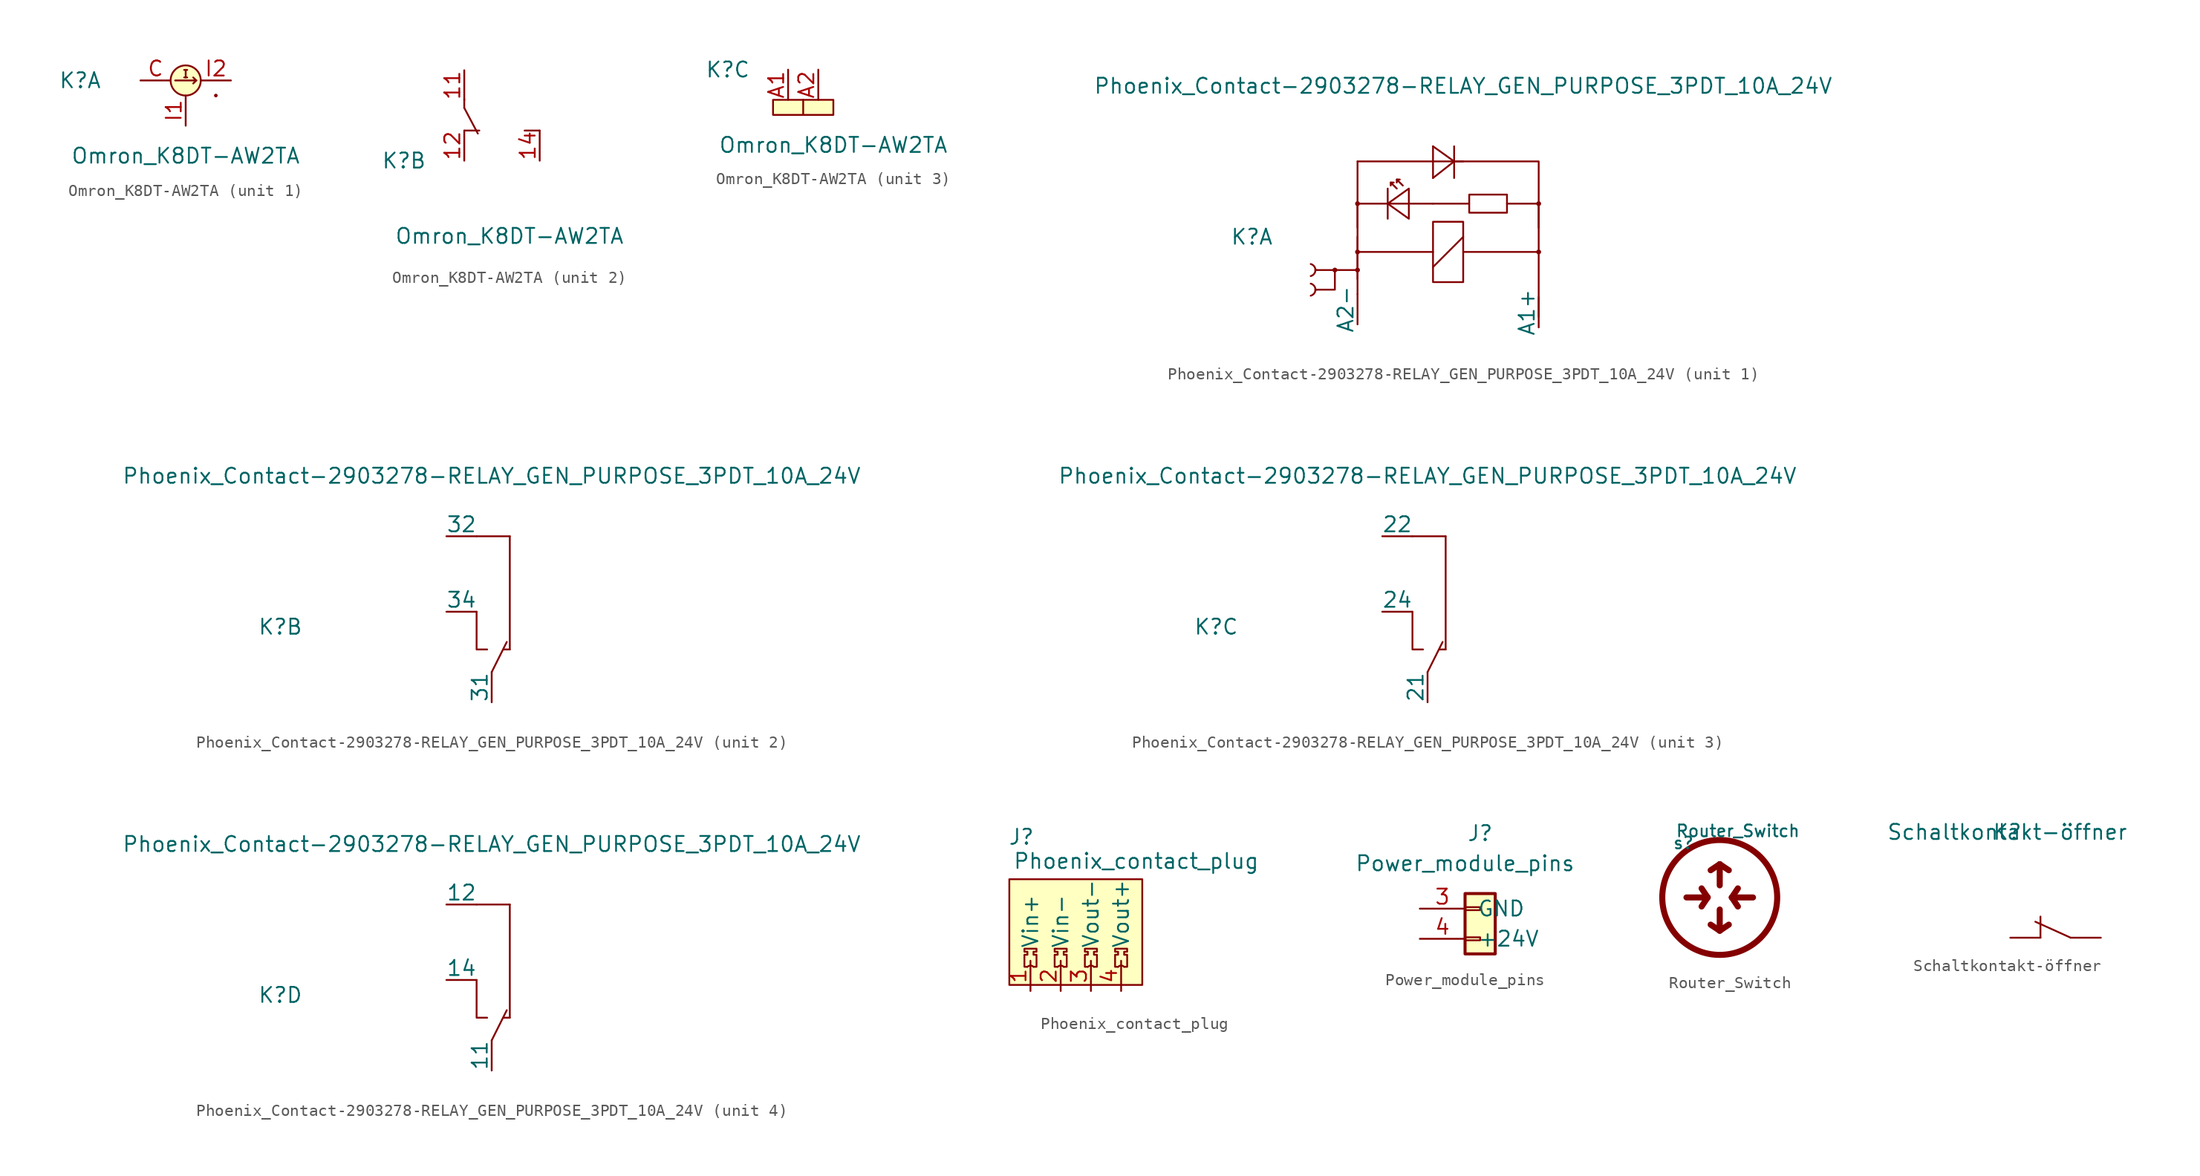
<source format=kicad_sym>
(kicad_symbol_lib
  (version 20231120)
  (generator "kicad_symbol_editor")
  (generator_version "8.0")
  (symbol "Omron_K8DT-AW2TA"
    (pin_names
      (offset 1.016) hide)
    (property "Reference" "K"
      (at -5.08 0 0)
      (effects (font (size 1.27 1.27))))
    (property "Value" "Omron_K8DT-AW2TA"
      (at 3.81 -6.35 0)
      (effects (font (size 1.27 1.27))))
    (property "ki_locked" ""
      (at 0 0 0)
      (effects (font (size 1.27 1.27))))
    (symbol "Omron_K8DT-AW2TA_1_1"
      (polyline (pts (xy 2.921 0) (xy 4.699 0)) (stroke (width 0) (type solid)) (fill (type none)))
      (polyline (pts (xy 3.683 0.254) (xy 3.937 0.254)) (stroke (width 0) (type solid)) (fill (type none)))
      (polyline (pts (xy 3.683 0.889) (xy 3.937 0.889)) (stroke (width 0) (type solid)) (fill (type none)))
      (polyline (pts (xy 3.81 0.889) (xy 3.81 0.254)) (stroke (width 0) (type solid)) (fill (type none)))
      (polyline (pts (xy 4.699 0) (xy 4.445 -0.254)) (stroke (width 0) (type solid)) (fill (type none)))
      (polyline (pts (xy 4.699 0) (xy 4.445 0.254)) (stroke (width 0) (type solid)) (fill (type none)))
      (circle (center 3.81 0) (radius 1.27) (stroke (width 0) (type solid)) (fill (type background)))
      (circle (center 6.35 -1.27) (radius 0.0001) (stroke (width 0) (type solid)) (fill (type none)))
      (pin input line (at 0 0 0) (length 2.54) (name "C" (effects (font (size 1.27 1.27)))) (number "C" (effects (font (size 1.27 1.27)))))
      (pin input line (at 3.81 -3.81 90) (length 2.54) (name "I1" (effects (font (size 1.27 1.27)))) (number "I1" (effects (font (size 1.27 1.27)))))
      (pin input line (at 7.62 0 180) (length 2.54) (name "I2" (effects (font (size 1.27 1.27)))) (number "I2" (effects (font (size 1.27 1.27))))))
    (symbol "Omron_K8DT-AW2TA_2_0"
      (polyline (pts (xy 0 2.54) (xy 1.27 2.54)) (stroke (width 0) (type solid)) (fill (type none)))
      (polyline (pts (xy 0 4.445) (xy 0 5.207)) (stroke (width 0) (type solid)) (fill (type none)))
      (polyline (pts (xy 0 4.445) (xy 1.143 2.286)) (stroke (width 0) (type solid)) (fill (type none)))
      (polyline (pts (xy 6.35 2.54) (xy 5.08 2.54)) (stroke (width 0) (type solid)) (fill (type none))))
    (symbol "Omron_K8DT-AW2TA_2_1"
      (pin input line (at 0 7.62 270) (length 2.54) (name "11" (effects (font (size 1.27 1.27)))) (number "11" (effects (font (size 1.27 1.27)))))
      (pin input line (at 0 0 90) (length 2.54) (name "12" (effects (font (size 1.27 1.27)))) (number "12" (effects (font (size 1.27 1.27)))))
      (pin input line (at 6.35 0 90) (length 2.54) (name "14" (effects (font (size 1.27 1.27)))) (number "14" (effects (font (size 1.27 1.27))))))
    (symbol "Omron_K8DT-AW2TA_3_1"
      (rectangle (start -1.27 -2.54) (end 3.81 -3.81) (stroke (width 0) (type solid)) (fill (type background)))
      (rectangle (start 1.27 -2.54) (end 1.27 -3.81) (stroke (width 0) (type solid)) (fill (type none)))
      (pin input line (at 0 0 270) (length 2.54) (name "A1" (effects (font (size 1.27 1.27)))) (number "A1" (effects (font (size 1.27 1.27)))))
      (pin input line (at 2.54 0 270) (length 2.54) (name "A2" (effects (font (size 1.27 1.27)))) (number "A2" (effects (font (size 1.27 1.27)))))))
  (symbol "Phoenix_Contact-2903278-RELAY_GEN_PURPOSE_3PDT_10A_24V"
    (pin_numbers hide)
    (pin_names
      (offset 0))
    (property "Reference" "K"
      (at -17.78 2.54 0)
      (effects (font (size 1.27 1.27))))
    (property "Value" "Phoenix_Contact-2903278-RELAY_GEN_PURPOSE_3PDT_10A_24V"
      (at 0 15.24 0)
      (effects (font (size 1.27 1.27))))
    (property "ki_locked" ""
      (at 0 0 0)
      (effects (font (size 1.27 1.27))))
    (symbol "Phoenix_Contact-2903278-RELAY_GEN_PURPOSE_3PDT_10A_24V_1_1"
      (arc (start -12.827 -2.413) (mid -12.4304 -1.905) (end -12.827 -1.397) (stroke (width 0) (type solid)) (fill (type none)))
      (arc (start -12.827 -0.762) (mid -12.4304 -0.254) (end -12.827 0.254) (stroke (width 0) (type solid)) (fill (type none)))
      (circle (center -10.795 -0.254) (radius 0.127) (stroke (width 0) (type solid)) (fill (type none)))
      (circle (center -8.89 -0.254) (radius 0.127) (stroke (width 0) (type solid)) (fill (type none)))
      (circle (center -8.89 1.27) (radius 0.127) (stroke (width 0) (type solid)) (fill (type none)))
      (circle (center -8.89 5.334) (radius 0.127) (stroke (width 0) (type solid)) (fill (type none)))
      (polyline (pts (xy -12.319 -1.905) (xy -12.446 -1.905)) (stroke (width 0) (type solid)) (fill (type none)))
      (polyline (pts (xy -12.319 -0.254) (xy -12.446 -0.254)) (stroke (width 0) (type solid)) (fill (type none)))
      (polyline (pts (xy -10.795 -0.254) (xy -12.319 -0.254)) (stroke (width 0) (type solid)) (fill (type none)))
      (polyline (pts (xy -8.89 -0.254) (xy -8.89 -2.286)) (stroke (width 0) (type solid)) (fill (type none)))
      (polyline (pts (xy -8.89 3.302) (xy -8.89 8.89)) (stroke (width 0) (type solid)) (fill (type none)))
      (polyline (pts (xy -8.89 8.89) (xy -2.54 8.89)) (stroke (width 0) (type solid)) (fill (type none)))
      (polyline (pts (xy -6.35 6.604) (xy -6.35 4.064)) (stroke (width 0) (type solid)) (fill (type none)))
      (polyline (pts (xy -6.096 7.112) (xy -5.842 7.112)) (stroke (width 0) (type solid)) (fill (type none)))
      (polyline (pts (xy -5.588 7.366) (xy -5.334 7.366)) (stroke (width 0) (type solid)) (fill (type none)))
      (polyline (pts (xy -2.54 0) (xy 0 2.54)) (stroke (width 0) (type solid)) (fill (type none)))
      (polyline (pts (xy -2.54 8.89) (xy -2.54 7.493)) (stroke (width 0) (type solid)) (fill (type none)))
      (polyline (pts (xy -2.54 8.89) (xy -2.54 10.16)) (stroke (width 0) (type solid)) (fill (type none)))
      (polyline (pts (xy -2.54 8.89) (xy 0 8.89)) (stroke (width 0) (type solid)) (fill (type none)))
      (polyline (pts (xy -0.762 10.16) (xy -0.762 7.493)) (stroke (width 0) (type solid)) (fill (type none)))
      (polyline (pts (xy 3.683 5.334) (xy 6.35 5.334)) (stroke (width 0) (type solid)) (fill (type none)))
      (polyline (pts (xy 6.35 1.27) (xy 0 1.27)) (stroke (width 0) (type solid)) (fill (type none)))
      (polyline (pts (xy 6.35 5.334) (xy 6.35 -4.191)) (stroke (width 0) (type solid)) (fill (type none)))
      (polyline (pts (xy -8.89 -1.016) (xy -8.89 5.334) (xy -2.54 5.334)) (stroke (width 0) (type solid)) (fill (type none)))
      (polyline (pts (xy -5.08 6.858) (xy -5.588 7.366) (xy -5.588 7.112)) (stroke (width 0) (type solid)) (fill (type none)))
      (polyline (pts (xy -2.54 1.27) (xy -8.89 1.27) (xy -8.89 2.54)) (stroke (width 0) (type solid)) (fill (type none)))
      (polyline (pts (xy -2.54 7.493) (xy -0.762 8.89) (xy -2.54 10.16)) (stroke (width 0) (type solid)) (fill (type none)))
      (polyline (pts (xy -0.762 8.89) (xy 6.35 8.89) (xy 6.35 3.302)) (stroke (width 0) (type solid)) (fill (type none)))
      (polyline (pts (xy -6.35 5.334) (xy -4.572 6.604) (xy -4.572 4.064) (xy -6.35 5.334)) (stroke (width 0) (type solid)) (fill (type none)))
      (polyline (pts (xy -5.588 6.604) (xy -6.096 7.112) (xy -6.096 6.858) (xy -6.096 7.112)) (stroke (width 0) (type solid)) (fill (type none)))
      (polyline (pts (xy -8.89 1.27) (xy -8.89 -0.254) (xy -10.795 -0.254) (xy -10.795 -1.905) (xy -12.319 -1.905)) (stroke (width 0) (type solid)) (fill (type none)))
      (polyline (pts (xy -2.54 3.81) (xy -2.54 -1.27) (xy 0 -1.27) (xy 0 3.81) (xy -2.54 3.81)) (stroke (width 0) (type solid)) (fill (type none)))
      (polyline (pts (xy -2.54 5.334) (xy 0.508 5.334) (xy 0.508 4.572) (xy 3.683 4.572) (xy 3.683 6.096) (xy 0.508 6.096) (xy 0.508 5.334)) (stroke (width 0) (type solid)) (fill (type none)))
      (circle (center 6.35 1.27) (radius 0.127) (stroke (width 0) (type solid)) (fill (type none)))
      (circle (center 6.35 5.334) (radius 0.127) (stroke (width 0) (type solid)) (fill (type none)))
      (pin input line (at 6.35 -5.08 90) (length 2.54) (name "A1+" (effects (font (size 1.27 1.27)))) (number "1" (effects (font (size 1.27 1.27)))))
      (pin input line (at -8.89 -4.826 90) (length 2.54) (name "A2-" (effects (font (size 1.27 1.27)))) (number "2" (effects (font (size 1.27 1.27))))))
    (symbol "Phoenix_Contact-2903278-RELAY_GEN_PURPOSE_3PDT_10A_24V_2_1"
      (polyline (pts (xy 0 -1.27) (xy 1.27 1.27)) (stroke (width 0) (type solid)) (fill (type none)))
      (polyline (pts (xy 1.016 0.635) (xy 1.524 0.635)) (stroke (width 0) (type solid)) (fill (type none)))
      (polyline (pts (xy 1.524 0.635) (xy 1.524 10.16)) (stroke (width 0) (type solid)) (fill (type none)))
      (polyline (pts (xy 1.524 10.16) (xy -1.27 10.16)) (stroke (width 0) (type solid)) (fill (type none)))
      (polyline (pts (xy -1.27 3.81) (xy -1.27 0.635) (xy -0.381 0.635)) (stroke (width 0) (type solid)) (fill (type none)))
      (pin output line (at 0 -3.81 90) (length 2.54) (name "31" (effects (font (size 1.27 1.27)))) (number "31" (effects (font (size 1.27 1.27)))))
      (pin output line (at -3.81 10.16 0) (length 2.54) (name "32" (effects (font (size 1.27 1.27)))) (number "32" (effects (font (size 1.27 1.27)))))
      (pin output line (at -3.81 3.81 0) (length 2.54) (name "34" (effects (font (size 1.27 1.27)))) (number "34" (effects (font (size 1.27 1.27))))))
    (symbol "Phoenix_Contact-2903278-RELAY_GEN_PURPOSE_3PDT_10A_24V_3_1"
      (polyline (pts (xy 0 -1.27) (xy 1.27 1.27)) (stroke (width 0) (type solid)) (fill (type none)))
      (polyline (pts (xy 1.016 0.635) (xy 1.524 0.635)) (stroke (width 0) (type solid)) (fill (type none)))
      (polyline (pts (xy 1.524 0.635) (xy 1.524 10.16)) (stroke (width 0) (type solid)) (fill (type none)))
      (polyline (pts (xy 1.524 10.16) (xy -1.27 10.16)) (stroke (width 0) (type solid)) (fill (type none)))
      (polyline (pts (xy -1.27 3.81) (xy -1.27 0.635) (xy -0.381 0.635)) (stroke (width 0) (type solid)) (fill (type none)))
      (pin output line (at 0 -3.81 90) (length 2.54) (name "21" (effects (font (size 1.27 1.27)))) (number "21" (effects (font (size 1.27 1.27)))))
      (pin output line (at -3.81 10.16 0) (length 2.54) (name "22" (effects (font (size 1.27 1.27)))) (number "22" (effects (font (size 1.27 1.27)))))
      (pin output line (at -3.81 3.81 0) (length 2.54) (name "24" (effects (font (size 1.27 1.27)))) (number "24" (effects (font (size 1.27 1.27))))))
    (symbol "Phoenix_Contact-2903278-RELAY_GEN_PURPOSE_3PDT_10A_24V_4_1"
      (polyline (pts (xy 0 -1.27) (xy 1.27 1.27)) (stroke (width 0) (type solid)) (fill (type none)))
      (polyline (pts (xy 1.016 0.635) (xy 1.524 0.635)) (stroke (width 0) (type solid)) (fill (type none)))
      (polyline (pts (xy 1.524 0.635) (xy 1.524 10.16)) (stroke (width 0) (type solid)) (fill (type none)))
      (polyline (pts (xy 1.524 10.16) (xy -1.27 10.16)) (stroke (width 0) (type solid)) (fill (type none)))
      (polyline (pts (xy -1.27 3.81) (xy -1.27 0.635) (xy -0.381 0.635)) (stroke (width 0) (type solid)) (fill (type none)))
      (pin output line (at 0 -3.81 90) (length 2.54) (name "11" (effects (font (size 1.27 1.27)))) (number "11" (effects (font (size 1.27 1.27)))))
      (pin output line (at -3.81 10.16 0) (length 2.54) (name "12" (effects (font (size 1.27 1.27)))) (number "12" (effects (font (size 1.27 1.27)))))
      (pin output line (at -3.81 3.81 0) (length 2.54) (name "14" (effects (font (size 1.27 1.27)))) (number "14" (effects (font (size 1.27 1.27)))))))
  (symbol "Phoenix_contact_plug"
    (pin_names
      (offset 1.016))
    (property "Reference" "J"
      (at 0.508 9.144 0)
      (effects (font (size 1.27 1.27))))
    (property "Value" "Phoenix_contact_plug"
      (at 10.16 7.112 0)
      (effects (font (size 1.27 1.27))))
    (symbol "Phoenix_contact_plug_0_1"
      (rectangle (start -0.508 -3.302) (end 10.668 5.588) (stroke (width 0) (type solid)) (fill (type background)))
      (polyline (pts (xy 3.556 -1.778) (xy 3.302 -1.778) (xy 3.302 -0.762) (xy 3.556 -0.762) (xy 3.556 -0.508) (xy 3.302 -0.508) (xy 3.302 -0.254) (xy 4.318 -0.254) (xy 4.318 -0.508) (xy 4.064 -0.508) (xy 4.064 -0.762) (xy 4.318 -0.762) (xy 4.318 -1.778) (xy 4.064 -1.778)) (stroke (width 0) (type solid)) (fill (type none)))
      (arc (start 4.064 -1.778) (mid 3.81 -1.6728) (end 3.556 -1.778) (stroke (width 0) (type solid)) (fill (type none))))
    (symbol "Phoenix_contact_plug_1_1"
      (polyline (pts (xy 1.016 -1.778) (xy 0.762 -1.778) (xy 0.762 -0.762) (xy 1.016 -0.762) (xy 1.016 -0.508) (xy 0.762 -0.508) (xy 0.762 -0.254) (xy 1.778 -0.254) (xy 1.778 -0.508) (xy 1.524 -0.508) (xy 1.524 -0.762) (xy 1.778 -0.762) (xy 1.778 -1.778) (xy 1.524 -1.778)) (stroke (width 0) (type solid)) (fill (type none)))
      (polyline (pts (xy 6.096 -1.778) (xy 5.842 -1.778) (xy 5.842 -0.762) (xy 6.096 -0.762) (xy 6.096 -0.508) (xy 5.842 -0.508) (xy 5.842 -0.254) (xy 6.858 -0.254) (xy 6.858 -0.508) (xy 6.604 -0.508) (xy 6.604 -0.762) (xy 6.858 -0.762) (xy 6.858 -1.778) (xy 6.604 -1.778)) (stroke (width 0) (type solid)) (fill (type none)))
      (polyline (pts (xy 8.636 -1.778) (xy 8.382 -1.778) (xy 8.382 -0.762) (xy 8.636 -0.762) (xy 8.636 -0.508) (xy 8.382 -0.508) (xy 8.382 -0.254) (xy 9.398 -0.254) (xy 9.398 -0.508) (xy 9.144 -0.508) (xy 9.144 -0.762) (xy 9.398 -0.762) (xy 9.398 -1.778) (xy 9.144 -1.778)) (stroke (width 0) (type solid)) (fill (type none)))
      (arc (start 1.524 -1.778) (mid 1.27 -1.6728) (end 1.016 -1.778) (stroke (width 0) (type solid)) (fill (type none)))
      (arc (start 6.604 -1.778) (mid 6.35 -1.6728) (end 6.096 -1.778) (stroke (width 0) (type solid)) (fill (type none)))
      (arc (start 9.144 -1.778) (mid 8.89 -1.6728) (end 8.636 -1.778) (stroke (width 0) (type solid)) (fill (type none)))
      (pin passive line (at 1.27 -3.81 90) (length 2.54) (name "Vin+" (effects (font (size 1.27 1.27)))) (number "1" (effects (font (size 1.27 1.27)))))
      (pin passive line (at 3.81 -3.81 90) (length 2.54) (name "Vin-" (effects (font (size 1.27 1.27)))) (number "2" (effects (font (size 1.27 1.27)))))
      (pin passive line (at 6.35 -3.81 90) (length 2.54) (name "Vout-" (effects (font (size 1.27 1.27)))) (number "3" (effects (font (size 1.27 1.27)))))
      (pin passive line (at 8.89 -3.81 90) (length 2.54) (name "Vout+" (effects (font (size 1.27 1.27)))) (number "4" (effects (font (size 1.27 1.27)))))))
  (symbol "Power_module_pins"
    (pin_names
      (offset 1.016))
    (property "Reference" "J"
      (at 1.27 5.08 0)
      (effects (font (size 1.27 1.27))))
    (property "Value" "Power_module_pins"
      (at 0 2.54 0)
      (effects (font (size 1.27 1.27))))
    (symbol "Power_module_pins_1_1"
      (rectangle (start 0 -3.683) (end 1.27 -3.937) (stroke (width 0.152) (type solid)) (fill (type none)))
      (rectangle (start 0 -1.143) (end 1.27 -1.397) (stroke (width 0.152) (type solid)) (fill (type none)))
      (rectangle (start 0 0) (end 2.54 -5.08) (stroke (width 0.254) (type solid)) (fill (type background)))
      (pin passive line (at -3.81 -1.27 0) (length 3.81) (name "GND" (effects (font (size 1.27 1.27)))) (number "3" (effects (font (size 1.27 1.27)))))
      (pin passive line (at -3.81 -3.81 0) (length 3.81) (name "+24V" (effects (font (size 1.27 1.27)))) (number "4" (effects (font (size 1.27 1.27)))))))
  (symbol "Router_Switch"
    (pin_names
      (offset 1.016))
    (property "Reference" "s"
      (at -3.048 4.572 0)
      (effects (font (size 0.991 0.991))))
    (property "Value" "Router_Switch"
      (at 1.524 5.588 0)
      (effects (font (size 0.991 0.991))))
    (symbol "Router_Switch_0_1"
      (polyline (pts (xy -2.794 0) (xy -1.016 0)) (stroke (width 0.508) (type solid)) (fill (type none)))
      (polyline (pts (xy -1.524 0.762) (xy -1.016 0)) (stroke (width 0.508) (type solid)) (fill (type none)))
      (polyline (pts (xy -1.016 0) (xy -1.524 -0.762)) (stroke (width 0.508) (type solid)) (fill (type none)))
      (circle (center 0 0) (radius 4.826) (stroke (width 0.508) (type solid)) (fill (type none))))
    (symbol "Router_Switch_1_1"
      (polyline (pts (xy -0.762 2.286) (xy 0 2.794)) (stroke (width 0.508) (type solid)) (fill (type none)))
      (polyline (pts (xy 0 -2.794) (xy -0.762 -2.286)) (stroke (width 0.508) (type solid)) (fill (type none)))
      (polyline (pts (xy 0 -1.016) (xy 0 -2.794)) (stroke (width 0.508) (type solid)) (fill (type none)))
      (polyline (pts (xy 0 1.016) (xy 0 2.794)) (stroke (width 0.508) (type solid)) (fill (type none)))
      (polyline (pts (xy 0 2.794) (xy 0.762 2.286)) (stroke (width 0.508) (type solid)) (fill (type none)))
      (polyline (pts (xy 0.762 -2.286) (xy 0 -2.794)) (stroke (width 0.508) (type solid)) (fill (type none)))
      (polyline (pts (xy 1.016 0) (xy 1.524 0.762)) (stroke (width 0.508) (type solid)) (fill (type none)))
      (polyline (pts (xy 1.524 -0.762) (xy 1.016 0)) (stroke (width 0.508) (type solid)) (fill (type none)))
      (polyline (pts (xy 2.794 0) (xy 1.016 0)) (stroke (width 0.508) (type solid)) (fill (type none)))))
  (symbol "Schaltkontakt-öffner"
    (pin_names
      (offset 1.016))
    (property "Reference" "K"
      (at -0.254 8.89 0)
      (effects (font (size 1.27 1.27))))
    (property "Value" "Schaltkontakt-öffner"
      (at -0.254 8.89 0)
      (effects (font (size 1.27 1.27))))
    (symbol "Schaltkontakt-öffner_0_1"
      (polyline (pts (xy 2.54 0) (xy 2.54 1.778)) (stroke (width 0) (type solid)) (fill (type none))))
    (symbol "Schaltkontakt-öffner_1_1"
      (polyline (pts (xy 5.08 0) (xy 2.108 1.346)) (stroke (width 0) (type solid)) (fill (type none)))
      (pin input line (at 0 0 0) (length 2.54) (name "~" (effects (font (size 1.27 1.27)))) (number "~" (effects (font (size 1.27 1.27)))))
      (pin input line (at 7.62 0 180) (length 2.54) (name "~" (effects (font (size 1.27 1.27)))) (number "~" (effects (font (size 1.27 1.27))))))))
</source>
